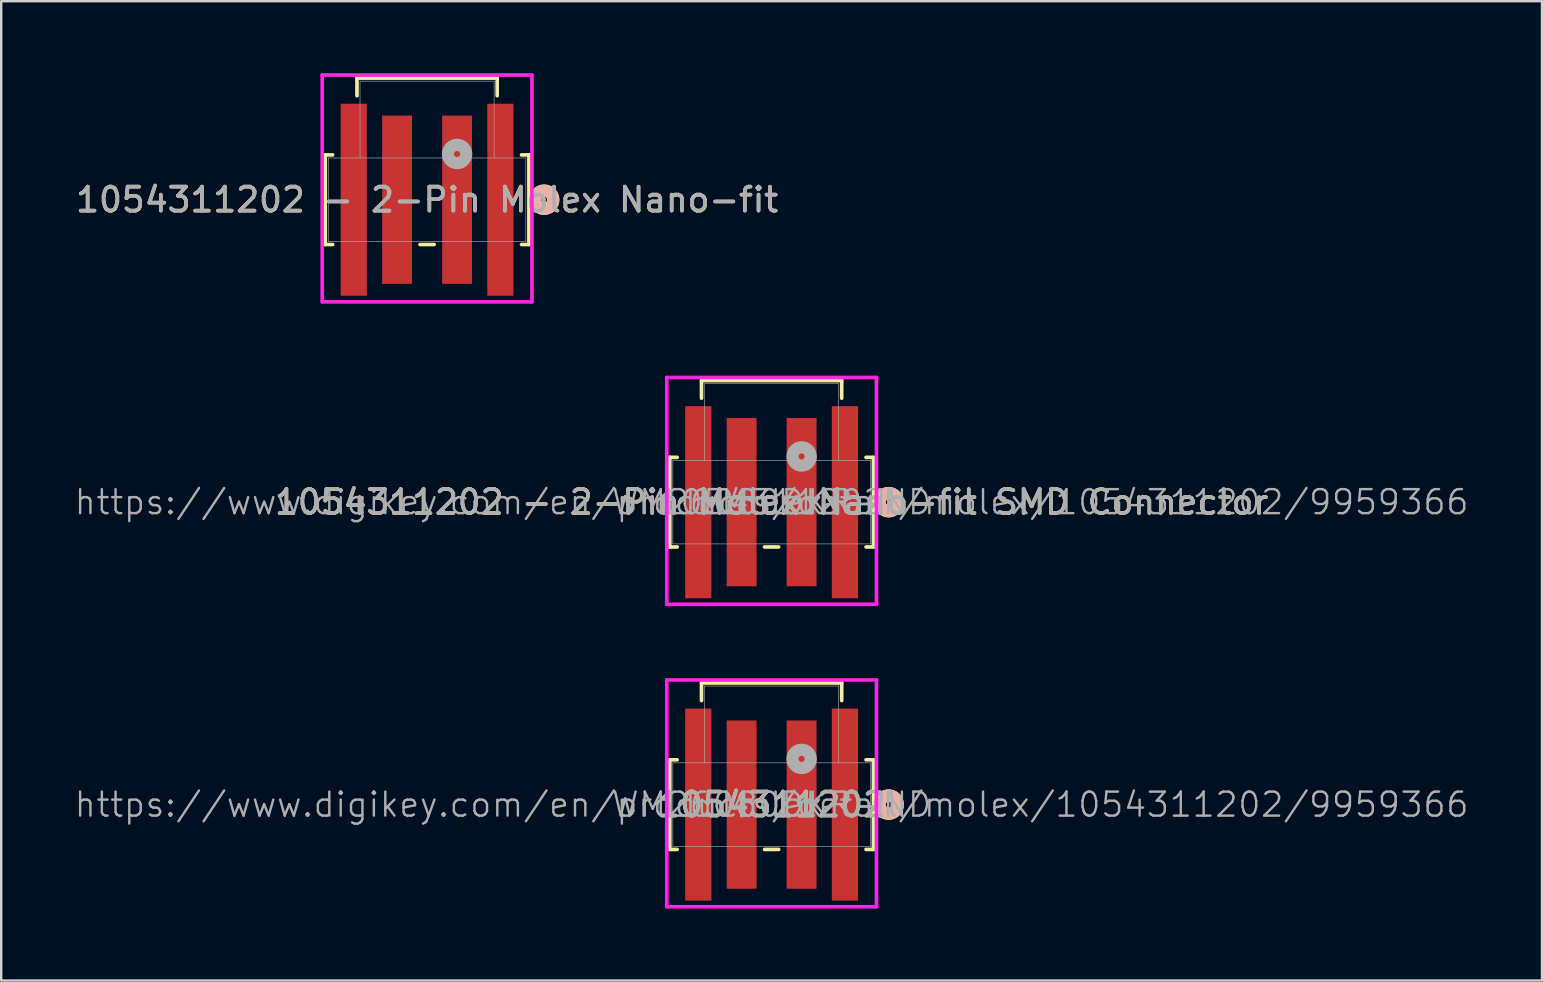
<source format=kicad_pcb>
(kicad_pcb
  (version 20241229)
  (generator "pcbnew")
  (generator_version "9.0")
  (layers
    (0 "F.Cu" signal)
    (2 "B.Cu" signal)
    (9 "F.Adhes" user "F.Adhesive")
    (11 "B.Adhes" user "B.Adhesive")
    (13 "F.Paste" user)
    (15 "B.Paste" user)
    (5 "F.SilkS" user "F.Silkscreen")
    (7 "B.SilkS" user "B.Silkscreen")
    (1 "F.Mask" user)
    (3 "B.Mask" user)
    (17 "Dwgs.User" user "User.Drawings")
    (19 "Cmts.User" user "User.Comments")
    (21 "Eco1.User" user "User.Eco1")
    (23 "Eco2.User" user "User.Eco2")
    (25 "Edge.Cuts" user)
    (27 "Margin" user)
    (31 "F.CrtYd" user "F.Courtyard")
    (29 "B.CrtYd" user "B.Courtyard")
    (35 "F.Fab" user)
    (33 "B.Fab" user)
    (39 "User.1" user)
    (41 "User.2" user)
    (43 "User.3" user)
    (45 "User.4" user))
  (footprint "1054311202 - 2-Pin Molex Nano-fit SMD Connector"
    (layer "F.Cu")
    (at 29.098 17.872)
    (property "Reference" "1054311202 - 2-Pin Molex Nano-fit SMD Connector" (at 0 0 0) (unlocked yes) (layer "F.SilkS") (effects (font (size 1 1) (thickness 0.15))))
    (property "Digi PN" "WM26080DKR-ND" (at 0 0 0) (layer "F.Fab") (effects (font (size 1 1) (thickness 0.1))))
    (property "MFG" "Molex" (at 0 0 0) (layer "F.Fab") (effects (font (size 1 1) (thickness 0.1))))
    (property "MFG PN" "1054311202" (at 0 0 0) (layer "F.Fab") (effects (font (size 1 1) (thickness 0.1))))
    (property "Digi URL" "https://www.digikey.com/en/products/detail/molex/1054311202/9959366" (at 0 0 0) (layer "F.Fab") (effects (font (size 1 1) (thickness 0.1))))
    (attr smd)
    (fp_line (start -4.242 -1.867) (end -4.242 1.867) (stroke (width 0.152) (type solid)) (layer "F.SilkS"))
    (fp_line (start -4.242 1.867) (end -3.934 1.867) (stroke (width 0.152) (type solid)) (layer "F.SilkS"))
    (fp_line (start -3.934 -1.867) (end -4.242 -1.867) (stroke (width 0.152) (type solid)) (layer "F.SilkS"))
    (fp_line (start -2.921 -5.067) (end -2.921 -4.333) (stroke (width 0.152) (type solid)) (layer "F.SilkS"))
    (fp_line (start -0.295 1.867) (end 0.295 1.867) (stroke (width 0.152) (type solid)) (layer "F.SilkS"))
    (fp_line (start 2.921 -5.067) (end -2.921 -5.067) (stroke (width 0.152) (type solid)) (layer "F.SilkS"))
    (fp_line (start 2.921 -4.333) (end 2.921 -5.067) (stroke (width 0.152) (type solid)) (layer "F.SilkS"))
    (fp_line (start 3.934 1.867) (end 4.242 1.867) (stroke (width 0.152) (type solid)) (layer "F.SilkS"))
    (fp_line (start 4.242 -1.867) (end 3.934 -1.867) (stroke (width 0.152) (type solid)) (layer "F.SilkS"))
    (fp_line (start 4.242 1.867) (end 4.242 -1.867) (stroke (width 0.152) (type solid)) (layer "F.SilkS"))
    (fp_circle (center 4.877 0) (end 5.258 0) (stroke (width 0.508) (type solid)) (fill no) (layer "F.SilkS"))
    (fp_circle (center 4.877 0) (end 5.258 0) (stroke (width 0.508) (type solid)) (fill no) (layer "B.SilkS"))
    (fp_line (start -4.369 -5.194) (end -4.369 4.255) (stroke (width 0.152) (type solid)) (layer "F.CrtYd"))
    (fp_line (start -4.369 4.255) (end 4.369 4.255) (stroke (width 0.152) (type solid)) (layer "F.CrtYd"))
    (fp_line (start 4.369 -5.194) (end -4.369 -5.194) (stroke (width 0.152) (type solid)) (layer "F.CrtYd"))
    (fp_line (start 4.369 4.255) (end 4.369 -5.194) (stroke (width 0.152) (type solid)) (layer "F.CrtYd"))
    (fp_line (start -4.115 -1.74) (end -4.115 1.74) (stroke (width 0.025) (type solid)) (layer "F.Fab"))
    (fp_line (start -4.115 1.74) (end 4.115 1.74) (stroke (width 0.025) (type solid)) (layer "F.Fab"))
    (fp_line (start -2.794 -4.94) (end -2.794 -1.74) (stroke (width 0.025) (type solid)) (layer "F.Fab"))
    (fp_line (start -2.794 -4.94) (end 2.794 -4.94) (stroke (width 0.025) (type solid)) (layer "F.Fab"))
    (fp_line (start 2.794 -4.94) (end 2.794 -1.74) (stroke (width 0.025) (type solid)) (layer "F.Fab"))
    (fp_line (start 4.115 -1.74) (end -4.115 -1.74) (stroke (width 0.025) (type solid)) (layer "F.Fab"))
    (fp_line (start 4.115 1.74) (end 4.115 -1.74) (stroke (width 0.025) (type solid)) (layer "F.Fab"))
    (fp_circle (center 1.25 -1.905) (end 1.631 -1.905) (stroke (width 0.508) (type solid)) (fill no) (layer "F.Fab"))
    (fp_text user "${REFERENCE}" (at 0 0 0) (unlocked yes) (layer "F.Fab") (effects (font (size 1 1) (thickness 0.15))))
    (pad "1" smd rect (at 1.25 0) (size 1.245 7.01) (layers "F.Cu" "F.Mask" "F.Paste"))
    (pad "2" smd rect (at -1.25 0) (size 1.245 7.01) (layers "F.Cu" "F.Mask" "F.Paste"))
    (pad "3" smd rect (at -3.055 0) (size 1.092 8.001) (layers "F.Cu" "F.Mask" "F.Paste"))
    (pad "4" smd rect (at 3.055 0) (size 1.092 8.001) (layers "F.Cu" "F.Mask" "F.Paste")))
  (footprint "1054311202 - 2-Pin Molex Nano-fit"
    (layer "F.Cu")
    (at 14.744 5.271)
    (property "Reference" "1054311202 - 2-Pin Molex Nano-fit" (at 0 0 0) (unlocked yes) (layer "F.SilkS") (effects (font (size 1 1) (thickness 0.15))))
    (attr smd)
    (fp_line (start -4.242 -1.867) (end -4.242 1.867) (stroke (width 0.152) (type solid)) (layer "F.SilkS"))
    (fp_line (start -4.242 1.867) (end -3.934 1.867) (stroke (width 0.152) (type solid)) (layer "F.SilkS"))
    (fp_line (start -3.934 -1.867) (end -4.242 -1.867) (stroke (width 0.152) (type solid)) (layer "F.SilkS"))
    (fp_line (start -2.921 -5.067) (end -2.921 -4.333) (stroke (width 0.152) (type solid)) (layer "F.SilkS"))
    (fp_line (start -0.295 1.867) (end 0.295 1.867) (stroke (width 0.152) (type solid)) (layer "F.SilkS"))
    (fp_line (start 2.921 -5.067) (end -2.921 -5.067) (stroke (width 0.152) (type solid)) (layer "F.SilkS"))
    (fp_line (start 2.921 -4.333) (end 2.921 -5.067) (stroke (width 0.152) (type solid)) (layer "F.SilkS"))
    (fp_line (start 3.934 1.867) (end 4.242 1.867) (stroke (width 0.152) (type solid)) (layer "F.SilkS"))
    (fp_line (start 4.242 -1.867) (end 3.934 -1.867) (stroke (width 0.152) (type solid)) (layer "F.SilkS"))
    (fp_line (start 4.242 1.867) (end 4.242 -1.867) (stroke (width 0.152) (type solid)) (layer "F.SilkS"))
    (fp_circle (center 4.877 0) (end 5.258 0) (stroke (width 0.508) (type solid)) (fill no) (layer "F.SilkS"))
    (fp_circle (center 4.877 0) (end 5.258 0) (stroke (width 0.508) (type solid)) (fill no) (layer "B.SilkS"))
    (fp_line (start -4.369 -5.194) (end -4.369 4.255) (stroke (width 0.152) (type solid)) (layer "F.CrtYd"))
    (fp_line (start -4.369 4.255) (end 4.369 4.255) (stroke (width 0.152) (type solid)) (layer "F.CrtYd"))
    (fp_line (start 4.369 -5.194) (end -4.369 -5.194) (stroke (width 0.152) (type solid)) (layer "F.CrtYd"))
    (fp_line (start 4.369 4.255) (end 4.369 -5.194) (stroke (width 0.152) (type solid)) (layer "F.CrtYd"))
    (fp_line (start -4.115 -1.74) (end -4.115 1.74) (stroke (width 0.025) (type solid)) (layer "F.Fab"))
    (fp_line (start -4.115 1.74) (end 4.115 1.74) (stroke (width 0.025) (type solid)) (layer "F.Fab"))
    (fp_line (start -2.794 -4.94) (end -2.794 -1.74) (stroke (width 0.025) (type solid)) (layer "F.Fab"))
    (fp_line (start -2.794 -4.94) (end 2.794 -4.94) (stroke (width 0.025) (type solid)) (layer "F.Fab"))
    (fp_line (start 2.794 -4.94) (end 2.794 -1.74) (stroke (width 0.025) (type solid)) (layer "F.Fab"))
    (fp_line (start 4.115 -1.74) (end -4.115 -1.74) (stroke (width 0.025) (type solid)) (layer "F.Fab"))
    (fp_line (start 4.115 1.74) (end 4.115 -1.74) (stroke (width 0.025) (type solid)) (layer "F.Fab"))
    (fp_circle (center 1.25 -1.905) (end 1.631 -1.905) (stroke (width 0.508) (type solid)) (fill no) (layer "F.Fab"))
    (fp_text user "${REFERENCE}" (at 0 0 0) (unlocked yes) (layer "F.Fab") (effects (font (size 1 1) (thickness 0.15))))
    (pad "1" smd rect (at 1.25 0) (size 1.245 7.01) (layers "F.Cu" "F.Mask" "F.Paste"))
    (pad "2" smd rect (at -1.25 0) (size 1.245 7.01) (layers "F.Cu" "F.Mask" "F.Paste"))
    (pad "3" smd rect (at -3.055 0) (size 1.092 8.001) (layers "F.Cu" "F.Mask" "F.Paste"))
    (pad "4" smd rect (at 3.055 0) (size 1.092 8.001) (layers "F.Cu" "F.Mask" "F.Paste")))
  (footprint "1054311202"
    (layer "F.Cu")
    (at 29.098 30.473)
    (property "Reference" "1054311202" (at 0 0 0) (unlocked yes) (layer "F.SilkS") (effects (font (size 1 1) (thickness 0.15))))
    (property "Digi PN" "WM26080DKR-ND" (at 0 0 0) (layer "F.Fab") (effects (font (size 1 1) (thickness 0.1))))
    (property "MFG" "Molex" (at 0 0 0) (layer "F.Fab") (effects (font (size 1 1) (thickness 0.1))))
    (property "MFG PN" "1054311202" (at 0 0 0) (layer "F.Fab") (effects (font (size 1 1) (thickness 0.1))))
    (property "Digi URL" "https://www.digikey.com/en/products/detail/molex/1054311202/9959366" (at 0 0 0) (layer "F.Fab") (effects (font (size 1 1) (thickness 0.1))))
    (attr smd)
    (fp_line (start -4.242 -1.867) (end -4.242 1.867) (stroke (width 0.152) (type solid)) (layer "F.SilkS"))
    (fp_line (start -4.242 1.867) (end -3.934 1.867) (stroke (width 0.152) (type solid)) (layer "F.SilkS"))
    (fp_line (start -3.934 -1.867) (end -4.242 -1.867) (stroke (width 0.152) (type solid)) (layer "F.SilkS"))
    (fp_line (start -2.921 -5.067) (end -2.921 -4.333) (stroke (width 0.152) (type solid)) (layer "F.SilkS"))
    (fp_line (start -0.295 1.867) (end 0.295 1.867) (stroke (width 0.152) (type solid)) (layer "F.SilkS"))
    (fp_line (start 2.921 -5.067) (end -2.921 -5.067) (stroke (width 0.152) (type solid)) (layer "F.SilkS"))
    (fp_line (start 2.921 -4.333) (end 2.921 -5.067) (stroke (width 0.152) (type solid)) (layer "F.SilkS"))
    (fp_line (start 3.934 1.867) (end 4.242 1.867) (stroke (width 0.152) (type solid)) (layer "F.SilkS"))
    (fp_line (start 4.242 -1.867) (end 3.934 -1.867) (stroke (width 0.152) (type solid)) (layer "F.SilkS"))
    (fp_line (start 4.242 1.867) (end 4.242 -1.867) (stroke (width 0.152) (type solid)) (layer "F.SilkS"))
    (fp_circle (center 4.877 0) (end 5.258 0) (stroke (width 0.508) (type solid)) (fill no) (layer "F.SilkS"))
    (fp_circle (center 4.877 0) (end 5.258 0) (stroke (width 0.508) (type solid)) (fill no) (layer "B.SilkS"))
    (fp_line (start -4.369 -5.194) (end -4.369 4.255) (stroke (width 0.152) (type solid)) (layer "F.CrtYd"))
    (fp_line (start -4.369 4.255) (end 4.369 4.255) (stroke (width 0.152) (type solid)) (layer "F.CrtYd"))
    (fp_line (start 4.369 -5.194) (end -4.369 -5.194) (stroke (width 0.152) (type solid)) (layer "F.CrtYd"))
    (fp_line (start 4.369 4.255) (end 4.369 -5.194) (stroke (width 0.152) (type solid)) (layer "F.CrtYd"))
    (fp_line (start -4.115 -1.74) (end -4.115 1.74) (stroke (width 0.025) (type solid)) (layer "F.Fab"))
    (fp_line (start -4.115 1.74) (end 4.115 1.74) (stroke (width 0.025) (type solid)) (layer "F.Fab"))
    (fp_line (start -2.794 -4.94) (end -2.794 -1.74) (stroke (width 0.025) (type solid)) (layer "F.Fab"))
    (fp_line (start -2.794 -4.94) (end 2.794 -4.94) (stroke (width 0.025) (type solid)) (layer "F.Fab"))
    (fp_line (start 2.794 -4.94) (end 2.794 -1.74) (stroke (width 0.025) (type solid)) (layer "F.Fab"))
    (fp_line (start 4.115 -1.74) (end -4.115 -1.74) (stroke (width 0.025) (type solid)) (layer "F.Fab"))
    (fp_line (start 4.115 1.74) (end 4.115 -1.74) (stroke (width 0.025) (type solid)) (layer "F.Fab"))
    (fp_circle (center 1.25 -1.905) (end 1.631 -1.905) (stroke (width 0.508) (type solid)) (fill no) (layer "F.Fab"))
    (fp_text user "${REFERENCE}" (at 0 0 0) (unlocked yes) (layer "F.Fab") (effects (font (size 1 1) (thickness 0.15))))
    (pad "1" smd rect (at 1.25 0) (size 1.245 7.01) (layers "F.Cu" "F.Mask" "F.Paste"))
    (pad "2" smd rect (at -1.25 0) (size 1.245 7.01) (layers "F.Cu" "F.Mask" "F.Paste"))
    (pad "3" smd rect (at -3.055 0) (size 1.092 8.001) (layers "F.Cu" "F.Mask" "F.Paste"))
    (pad "4" smd rect (at 3.055 0) (size 1.092 8.001) (layers "F.Cu" "F.Mask" "F.Paste")))
  (gr_rect
    (start -3 -3)
    (end 61.195 37.804)
    (stroke (width 0.1) (type default))
    (fill no)
    (layer "Edge.Cuts")))
</source>
